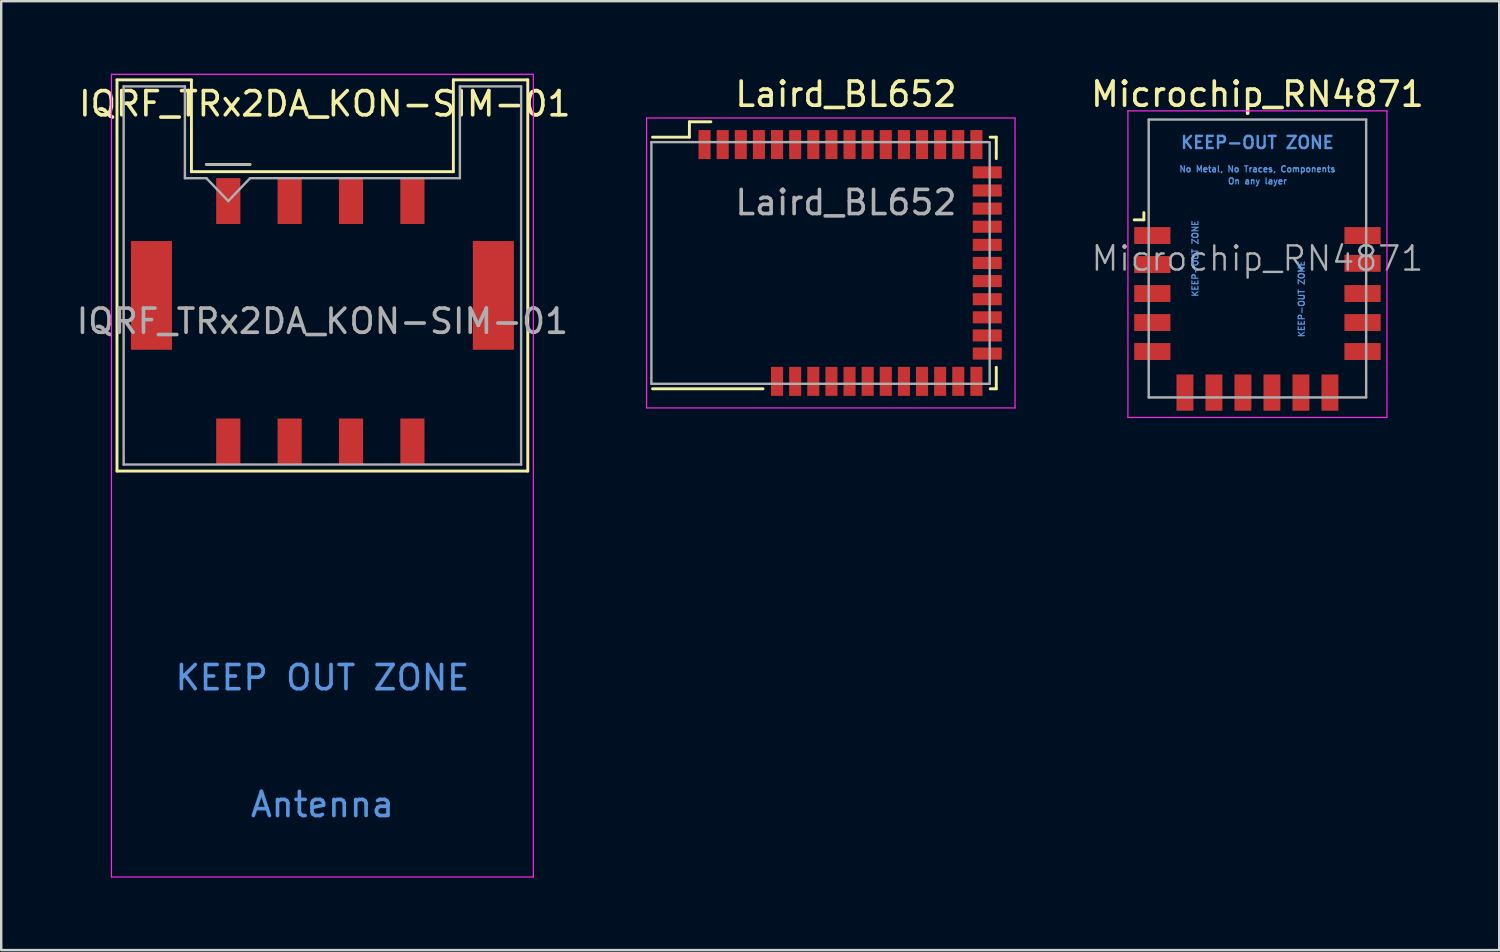
<source format=kicad_pcb>
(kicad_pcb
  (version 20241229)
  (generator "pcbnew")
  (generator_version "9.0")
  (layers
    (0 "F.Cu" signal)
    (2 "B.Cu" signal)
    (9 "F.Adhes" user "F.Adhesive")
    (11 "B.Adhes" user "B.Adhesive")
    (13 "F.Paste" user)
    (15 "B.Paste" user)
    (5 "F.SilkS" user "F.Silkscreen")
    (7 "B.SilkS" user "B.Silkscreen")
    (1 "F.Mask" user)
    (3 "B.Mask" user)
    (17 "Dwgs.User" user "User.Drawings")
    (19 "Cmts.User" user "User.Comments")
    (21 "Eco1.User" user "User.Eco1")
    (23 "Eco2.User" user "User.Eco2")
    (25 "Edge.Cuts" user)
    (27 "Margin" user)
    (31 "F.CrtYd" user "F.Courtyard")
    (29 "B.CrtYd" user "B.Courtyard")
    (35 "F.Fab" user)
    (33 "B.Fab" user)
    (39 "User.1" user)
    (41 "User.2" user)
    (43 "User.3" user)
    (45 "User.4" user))
  (footprint "Laird_BL652"
    (layer "F.Cu")
    (at 31.958 7.833)
    (property "Reference" "Laird_BL652" (at 0 -6.985 0) (layer "F.SilkS") (effects (font (size 1 1) (thickness 0.15))))
    (attr smd)
    (fp_line (start -8.001 -5.207) (end -6.477 -5.207) (stroke (width 0.12) (type solid)) (layer "F.SilkS"))
    (fp_line (start -6.477 -5.842) (end -5.588 -5.842) (stroke (width 0.12) (type solid)) (layer "F.SilkS"))
    (fp_line (start -6.477 -5.207) (end -6.477 -5.842) (stroke (width 0.12) (type solid)) (layer "F.SilkS"))
    (fp_line (start -3.429 5.207) (end -8.001 5.207) (stroke (width 0.12) (type solid)) (layer "F.SilkS"))
    (fp_line (start 5.969 -5.207) (end 6.223 -5.207) (stroke (width 0.12) (type solid)) (layer "F.SilkS"))
    (fp_line (start 6.223 -5.207) (end 6.223 -4.318) (stroke (width 0.12) (type solid)) (layer "F.SilkS"))
    (fp_line (start 6.223 5.207) (end 5.969 5.207) (stroke (width 0.12) (type solid)) (layer "F.SilkS"))
    (fp_line (start 6.223 5.207) (end 6.223 4.318) (stroke (width 0.12) (type solid)) (layer "F.SilkS"))
    (fp_line (start -8.25 -6) (end 7 -6) (stroke (width 0.05) (type solid)) (layer "F.CrtYd"))
    (fp_line (start -8.25 6) (end -8.25 -6) (stroke (width 0.05) (type solid)) (layer "F.CrtYd"))
    (fp_line (start 7 -6) (end 7 6) (stroke (width 0.05) (type solid)) (layer "F.CrtYd"))
    (fp_line (start 7 6) (end -8.25 6) (stroke (width 0.05) (type solid)) (layer "F.CrtYd"))
    (fp_line (start -8.05 -5) (end -8.05 5) (stroke (width 0.1) (type solid)) (layer "F.Fab"))
    (fp_line (start -8.05 -5) (end 5.9 -5) (stroke (width 0.1) (type solid)) (layer "F.Fab"))
    (fp_line (start 5.95 -5) (end 5.95 5) (stroke (width 0.1) (type solid)) (layer "F.Fab"))
    (fp_line (start 5.95 5) (end -8.05 5) (stroke (width 0.1) (type solid)) (layer "F.Fab"))
    (fp_text user "${REFERENCE}" (at 0 -2.5 0) (layer "F.Fab") (effects (font (size 1 1) (thickness 0.15))))
    (pad "1" smd rect (at -5.85 -4.9 90) (size 1.2 0.5) (layers "F.Cu" "F.Mask" "F.Paste"))
    (pad "2" smd rect (at -5.1 -4.9 90) (size 1.2 0.5) (layers "F.Cu" "F.Mask" "F.Paste"))
    (pad "3" smd rect (at -4.35 -4.9 90) (size 1.2 0.5) (layers "F.Cu" "F.Mask" "F.Paste"))
    (pad "4" smd rect (at -3.6 -4.9 90) (size 1.2 0.5) (layers "F.Cu" "F.Mask" "F.Paste"))
    (pad "5" smd rect (at -2.85 -4.9 90) (size 1.2 0.5) (layers "F.Cu" "F.Mask" "F.Paste"))
    (pad "6" smd rect (at -2.1 -4.9 90) (size 1.2 0.5) (layers "F.Cu" "F.Mask" "F.Paste"))
    (pad "7" smd rect (at -1.35 -4.9 90) (size 1.2 0.5) (layers "F.Cu" "F.Mask" "F.Paste"))
    (pad "8" smd rect (at -0.6 -4.9 90) (size 1.2 0.5) (layers "F.Cu" "F.Mask" "F.Paste"))
    (pad "9" smd rect (at 0.15 -4.9 90) (size 1.2 0.5) (layers "F.Cu" "F.Mask" "F.Paste"))
    (pad "10" smd rect (at 0.9 -4.9 90) (size 1.2 0.5) (layers "F.Cu" "F.Mask" "F.Paste"))
    (pad "11" smd rect (at 1.65 -4.9 90) (size 1.2 0.5) (layers "F.Cu" "F.Mask" "F.Paste"))
    (pad "12" smd rect (at 2.4 -4.9 90) (size 1.2 0.5) (layers "F.Cu" "F.Mask" "F.Paste"))
    (pad "13" smd rect (at 3.15 -4.9 90) (size 1.2 0.5) (layers "F.Cu" "F.Mask" "F.Paste"))
    (pad "14" smd rect (at 3.9 -4.9 90) (size 1.2 0.5) (layers "F.Cu" "F.Mask" "F.Paste"))
    (pad "15" smd rect (at 4.65 -4.9 90) (size 1.2 0.5) (layers "F.Cu" "F.Mask" "F.Paste"))
    (pad "16" smd rect (at 5.4 -4.9 90) (size 1.2 0.5) (layers "F.Cu" "F.Mask" "F.Paste"))
    (pad "17" smd rect (at 5.85 -3.75) (size 1.2 0.5) (layers "F.Cu" "F.Mask" "F.Paste"))
    (pad "18" smd rect (at 5.85 -3) (size 1.2 0.5) (layers "F.Cu" "F.Mask" "F.Paste"))
    (pad "19" smd rect (at 5.85 -2.25) (size 1.2 0.5) (layers "F.Cu" "F.Mask" "F.Paste"))
    (pad "20" smd rect (at 5.85 -1.5) (size 1.2 0.5) (layers "F.Cu" "F.Mask" "F.Paste"))
    (pad "21" smd rect (at 5.85 -0.75) (size 1.2 0.5) (layers "F.Cu" "F.Mask" "F.Paste"))
    (pad "22" smd rect (at 5.85 0) (size 1.2 0.5) (layers "F.Cu" "F.Mask" "F.Paste"))
    (pad "23" smd rect (at 5.85 0.75) (size 1.2 0.5) (layers "F.Cu" "F.Mask" "F.Paste"))
    (pad "24" smd rect (at 5.85 1.5) (size 1.2 0.5) (layers "F.Cu" "F.Mask" "F.Paste"))
    (pad "25" smd rect (at 5.85 2.25) (size 1.2 0.5) (layers "F.Cu" "F.Mask" "F.Paste"))
    (pad "26" smd rect (at 5.85 3) (size 1.2 0.5) (layers "F.Cu" "F.Mask" "F.Paste"))
    (pad "27" smd rect (at 5.85 3.75) (size 1.2 0.5) (layers "F.Cu" "F.Mask" "F.Paste"))
    (pad "28" smd rect (at 5.4 4.9 90) (size 1.2 0.5) (layers "F.Cu" "F.Mask" "F.Paste"))
    (pad "29" smd rect (at 4.65 4.9 90) (size 1.2 0.5) (layers "F.Cu" "F.Mask" "F.Paste"))
    (pad "30" smd rect (at 3.9 4.9 90) (size 1.2 0.5) (layers "F.Cu" "F.Mask" "F.Paste"))
    (pad "31" smd rect (at 3.15 4.9 90) (size 1.2 0.5) (layers "F.Cu" "F.Mask" "F.Paste"))
    (pad "32" smd rect (at 2.4 4.9 90) (size 1.2 0.5) (layers "F.Cu" "F.Mask" "F.Paste"))
    (pad "33" smd rect (at 1.65 4.9 90) (size 1.2 0.5) (layers "F.Cu" "F.Mask" "F.Paste"))
    (pad "34" smd rect (at 0.9 4.9 90) (size 1.2 0.5) (layers "F.Cu" "F.Mask" "F.Paste"))
    (pad "35" smd rect (at 0.15 4.9 90) (size 1.2 0.5) (layers "F.Cu" "F.Mask" "F.Paste"))
    (pad "36" smd rect (at -0.6 4.9 90) (size 1.2 0.5) (layers "F.Cu" "F.Mask" "F.Paste"))
    (pad "37" smd rect (at -1.35 4.9 90) (size 1.2 0.5) (layers "F.Cu" "F.Mask" "F.Paste"))
    (pad "38" smd rect (at -2.1 4.9 90) (size 1.2 0.5) (layers "F.Cu" "F.Mask" "F.Paste"))
    (pad "39" smd rect (at -2.85 4.9 90) (size 1.2 0.5) (layers "F.Cu" "F.Mask" "F.Paste")))
  (footprint "Microchip_RN4871"
    (layer "F.Cu")
    (at 48.989 10.148)
    (property "Reference" "Microchip_RN4871" (at 0 -9.3 0) (layer "F.SilkS") (effects (font (size 1 1) (thickness 0.15))))
    (attr smd)
    (fp_line (start -5.1 -4.1) (end -4.7 -4.1) (stroke (width 0.12) (type solid)) (layer "F.SilkS"))
    (fp_line (start -4.7 -4.1) (end -4.7 -4.4) (stroke (width 0.12) (type solid)) (layer "F.SilkS"))
    (fp_line (start -5.36 4.08) (end -5.36 -8.61) (stroke (width 0.05) (type solid)) (layer "F.CrtYd"))
    (fp_line (start -5.36 4.08) (end 5.36 4.08) (stroke (width 0.05) (type solid)) (layer "F.CrtYd"))
    (fp_line (start 5.36 -8.61) (end -5.36 -8.61) (stroke (width 0.05) (type solid)) (layer "F.CrtYd"))
    (fp_line (start 5.36 4.08) (end 5.36 -8.61) (stroke (width 0.05) (type solid)) (layer "F.CrtYd"))
    (fp_line (start -4.5 -8.25) (end -4.5 3.25) (stroke (width 0.1) (type solid)) (layer "F.Fab"))
    (fp_line (start -4.5 3.25) (end 4.5 3.25) (stroke (width 0.1) (type solid)) (layer "F.Fab"))
    (fp_line (start 4.5 -8.25) (end -4.5 -8.25) (stroke (width 0.1) (type solid)) (layer "F.Fab"))
    (fp_line (start 4.5 3.25) (end 4.5 -8.25) (stroke (width 0.1) (type solid)) (layer "F.Fab"))
    (fp_text user "KEEP-OUT ZONE" (at -2.575 -2.5 90) (layer "Cmts.User") (effects (font (size 0.25 0.25) (thickness 0.05))))
    (fp_text user "On any layer" (at 0 -5.7 0) (layer "Cmts.User") (effects (font (size 0.25 0.25) (thickness 0.05))))
    (fp_text user "KEEP-OUT ZONE" (at 1.825 -0.825 90) (layer "Cmts.User") (effects (font (size 0.25 0.25) (thickness 0.05))))
    (fp_text user "No Metal, No Traces, Components" (at 0 -6.2 0) (layer "Cmts.User") (effects (font (size 0.25 0.25) (thickness 0.05))))
    (fp_text user "KEEP-OUT ZONE" (at 0 -7.3 0) (layer "Cmts.User") (effects (font (size 0.5 0.5) (thickness 0.1))))
    (fp_text user "${REFERENCE}" (at 0 -2.5 0) (layer "F.Fab") (effects (font (size 1 1) (thickness 0.1))))
    (pad "1" smd rect (at -4.35 -3.45 90) (size 0.7 1.5) (layers "F.Cu" "F.Mask" "F.Paste"))
    (pad "2" smd rect (at -4.35 -2.25 90) (size 0.7 1.5) (layers "F.Cu" "F.Mask" "F.Paste"))
    (pad "3" smd rect (at -4.35 -1.05 90) (size 0.7 1.5) (layers "F.Cu" "F.Mask" "F.Paste"))
    (pad "4" smd rect (at -4.35 0.15 90) (size 0.7 1.5) (layers "F.Cu" "F.Mask" "F.Paste"))
    (pad "5" smd rect (at -4.35 1.35 90) (size 0.7 1.5) (layers "F.Cu" "F.Mask" "F.Paste"))
    (pad "6" smd rect (at -3 3.05) (size 0.7 1.5) (layers "F.Cu" "F.Mask" "F.Paste"))
    (pad "7" smd rect (at -1.8 3.05) (size 0.7 1.5) (layers "F.Cu" "F.Mask" "F.Paste"))
    (pad "8" smd rect (at -0.6 3.05) (size 0.7 1.5) (layers "F.Cu" "F.Mask" "F.Paste"))
    (pad "9" smd rect (at 0.6 3.05) (size 0.7 1.5) (layers "F.Cu" "F.Mask" "F.Paste"))
    (pad "10" smd rect (at 1.8 3.05) (size 0.7 1.5) (layers "F.Cu" "F.Mask" "F.Paste"))
    (pad "11" smd rect (at 3 3.05) (size 0.7 1.5) (layers "F.Cu" "F.Mask" "F.Paste"))
    (pad "12" smd rect (at 4.35 1.35 90) (size 0.7 1.5) (layers "F.Cu" "F.Mask" "F.Paste"))
    (pad "13" smd rect (at 4.35 0.15 90) (size 0.7 1.5) (layers "F.Cu" "F.Mask" "F.Paste"))
    (pad "14" smd rect (at 4.35 -1.05 90) (size 0.7 1.5) (layers "F.Cu" "F.Mask" "F.Paste"))
    (pad "15" smd rect (at 4.35 -2.3 90) (size 0.7 1.5) (layers "F.Cu" "F.Mask" "F.Paste"))
    (pad "16" smd rect (at 4.35 -3.45 90) (size 0.7 1.5) (layers "F.Cu" "F.Mask" "F.Paste"))
    (zone (net_name "") (layer "F.Cu") (hatch full 0.508) (connect_pads) (min_thickness 0.254) (filled_areas_thickness no) (keepout (tracks not_allowed) (vias not_allowed) (pads not_allowed) (copperpour not_allowed) (footprints not_allowed)) (placement (enabled no)) (fill) (polygon (pts (xy 47.389 9.398) (xy 45.489 9.398) (xy 45.489 5.898) (xy 47.389 5.898))))
    (zone (net_name "") (layer "F.Cu") (hatch full 0.508) (connect_pads) (min_thickness 0.254) (filled_areas_thickness no) (keepout (tracks not_allowed) (vias not_allowed) (pads not_allowed) (copperpour not_allowed) (footprints not_allowed)) (placement (enabled no)) (fill) (polygon (pts (xy 48.789 11.848) (xy 52.489 11.848) (xy 52.489 6.398) (xy 48.789 6.398))))
    (zone (net_name "") (layers "F.Cu" "B.Cu") (hatch full 0.508) (connect_pads) (min_thickness 0.254) (filled_areas_thickness no) (keepout (tracks not_allowed) (vias not_allowed) (pads not_allowed) (copperpour not_allowed) (footprints not_allowed)) (placement (enabled no)) (fill) (polygon (pts (xy 44.489 5.898) (xy 53.489 5.898) (xy 53.489 1.898) (xy 44.489 1.898)))))
  (footprint "IQRF_TRx2DA_KON-SIM-01"
    (layer "F.Cu")
    (at 10.292 10.245)
    (property "Reference" "IQRF_TRx2DA_KON-SIM-01" (at 0.1 -9 0) (layer "F.SilkS") (effects (font (size 1 1) (thickness 0.15))))
    (attr smd)
    (fp_line (start -8.5 -9.99) (end -5.42 -9.99) (stroke (width 0.12) (type solid)) (layer "F.SilkS"))
    (fp_line (start -8.5 6.2) (end -8.5 -9.99) (stroke (width 0.12) (type solid)) (layer "F.SilkS"))
    (fp_line (start -8.5 6.2) (end 8.5 6.2) (stroke (width 0.12) (type solid)) (layer "F.SilkS"))
    (fp_line (start -5.42 -9.98) (end -5.42 -6.19) (stroke (width 0.12) (type solid)) (layer "F.SilkS"))
    (fp_line (start -5.42 -6.19) (end 5.42 -6.19) (stroke (width 0.12) (type solid)) (layer "F.SilkS"))
    (fp_line (start -4.8 -6.49) (end -2.995 -6.49) (stroke (width 0.12) (type solid)) (layer "F.SilkS"))
    (fp_line (start 5.42 -9.99) (end 8.5 -9.99) (stroke (width 0.12) (type solid)) (layer "F.SilkS"))
    (fp_line (start 5.42 -6.19) (end 5.42 -9.99) (stroke (width 0.12) (type solid)) (layer "F.SilkS"))
    (fp_line (start 8.5 6.2) (end 8.5 -9.99) (stroke (width 0.12) (type solid)) (layer "F.SilkS"))
    (fp_line (start -8.73 -10.22) (end 8.73 -10.22) (stroke (width 0.05) (type solid)) (layer "F.CrtYd"))
    (fp_line (start -8.73 23) (end -8.73 -10.22) (stroke (width 0.05) (type solid)) (layer "F.CrtYd"))
    (fp_line (start -8.73 23) (end 8.73 23) (stroke (width 0.05) (type solid)) (layer "F.CrtYd"))
    (fp_line (start 8.73 23) (end 8.73 -10.22) (stroke (width 0.05) (type solid)) (layer "F.CrtYd"))
    (fp_line (start -8.225 -9.72) (end -8.225 5.93) (stroke (width 0.1) (type solid)) (layer "F.Fab"))
    (fp_line (start -8.225 -9.72) (end -5.69 -9.72) (stroke (width 0.1) (type solid)) (layer "F.Fab"))
    (fp_line (start -8.225 5.93) (end 8.225 5.93) (stroke (width 0.1) (type solid)) (layer "F.Fab"))
    (fp_line (start -5.69 -9.72) (end -5.69 -5.92) (stroke (width 0.1) (type solid)) (layer "F.Fab"))
    (fp_line (start -5.69 -5.92) (end -4.795 -5.92) (stroke (width 0.1) (type solid)) (layer "F.Fab"))
    (fp_line (start -4.8 -6.49) (end -2.995 -6.49) (stroke (width 0.1) (type solid)) (layer "F.Fab"))
    (fp_line (start -4.8 -5.92) (end -3.895 -4.975) (stroke (width 0.1) (type solid)) (layer "F.Fab"))
    (fp_line (start -3.895 -4.975) (end -2.995 -5.92) (stroke (width 0.1) (type solid)) (layer "F.Fab"))
    (fp_line (start -2.995 -5.92) (end 5.69 -5.92) (stroke (width 0.1) (type solid)) (layer "F.Fab"))
    (fp_line (start 5.69 -9.72) (end 5.69 -5.92) (stroke (width 0.1) (type solid)) (layer "F.Fab"))
    (fp_line (start 5.69 -9.72) (end 8.225 -9.72) (stroke (width 0.1) (type solid)) (layer "F.Fab"))
    (fp_line (start 8.225 5.93) (end 8.225 -9.72) (stroke (width 0.1) (type solid)) (layer "F.Fab"))
    (fp_text user "KEEP OUT ZONE" (at 0 14.75 0) (layer "Cmts.User") (effects (font (size 1 1) (thickness 0.15))))
    (fp_text user "Antenna" (at 0 20 0) (layer "Cmts.User") (effects (font (size 1 1) (thickness 0.15))))
    (fp_text user "${REFERENCE}" (at 0 0 0) (layer "F.Fab") (effects (font (size 1 1) (thickness 0.15))))
    (pad "" smd rect (at -7.075 -1.07) (size 1.7 4.5) (layers "F.Cu" "F.Mask" "F.Paste"))
    (pad "" smd rect (at 7.075 -1.07) (size 1.7 4.5) (layers "F.Cu" "F.Mask" "F.Paste"))
    (pad "C1" smd rect (at -3.895 -4.975) (size 1 1.9) (layers "F.Cu" "F.Mask" "F.Paste"))
    (pad "C2" smd rect (at -1.355 -4.975) (size 1 1.9) (layers "F.Cu" "F.Mask" "F.Paste"))
    (pad "C3" smd rect (at 1.185 -4.975) (size 1 1.9) (layers "F.Cu" "F.Mask" "F.Paste"))
    (pad "C4" smd rect (at 3.725 -4.975) (size 1 1.9) (layers "F.Cu" "F.Mask" "F.Paste"))
    (pad "C5" smd rect (at -3.895 4.975) (size 1 1.9) (layers "F.Cu" "F.Mask" "F.Paste"))
    (pad "C6" smd rect (at -1.355 4.975) (size 1 1.9) (layers "F.Cu" "F.Mask" "F.Paste"))
    (pad "C7" smd rect (at 1.185 4.975) (size 1 1.9) (layers "F.Cu" "F.Mask" "F.Paste"))
    (pad "C8" smd rect (at 3.725 4.975) (size 1 1.9) (layers "F.Cu" "F.Mask" "F.Paste"))
    (zone (net_name "") (layer "F.Cu") (hatch full 0.508) (connect_pads) (min_thickness 0.254) (filled_areas_thickness no) (keepout (tracks not_allowed) (vias not_allowed) (pads not_allowed) (copperpour not_allowed) (footprints not_allowed)) (placement (enabled no)) (fill) (polygon (pts (xy 1.792 21.995) (xy 18.792 21.995) (xy 18.792 32.995) (xy 1.792 32.995)))))
  (gr_rect
    (start -3 -3)
    (end 58.995 36.27)
    (stroke (width 0.1) (type default))
    (fill no)
    (layer "Edge.Cuts")))
</source>
